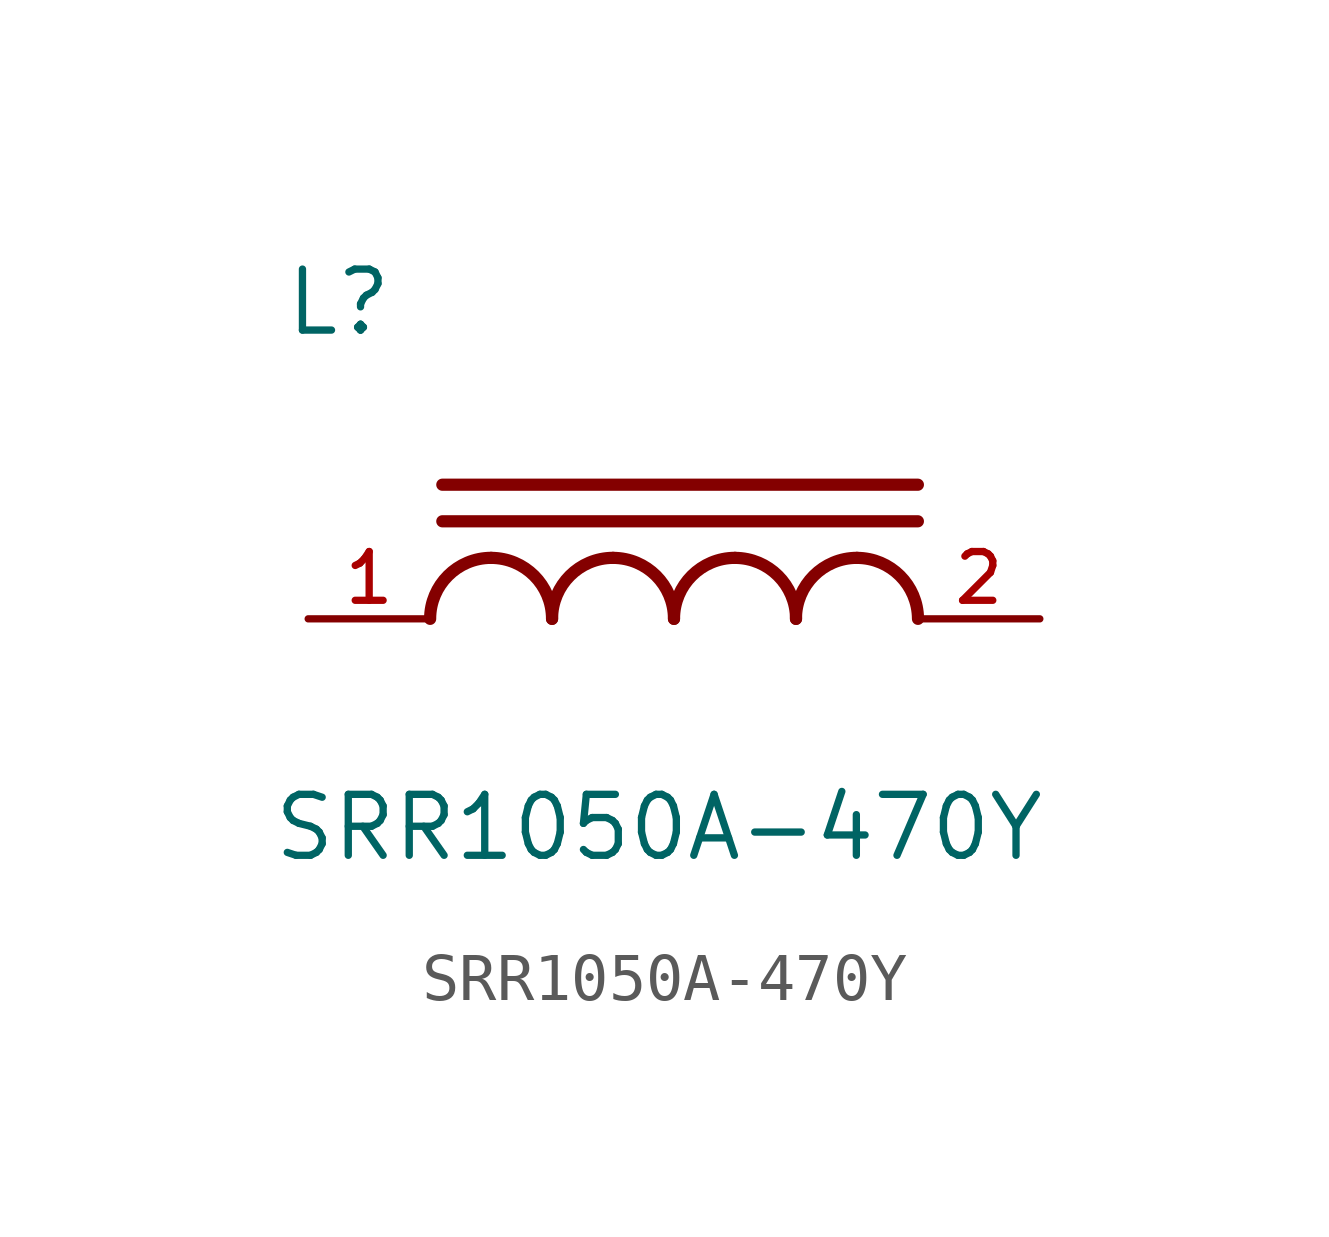
<source format=kicad_sym>
(kicad_symbol_lib
  (version 20211014)
  (generator kicad_symbol_editor)
  (symbol "SRR1050A-470Y"
    (pin_names
      (offset 1.016))
    (property "Reference" "L"
      (at -8.142 5.852 0)
      (effects (font (size 1.27 1.27)) (justify bottom left)))
    (property "Value" "SRR1050A-470Y"
      (at -8.397 -5.089 0)
      (effects (font (size 1.27 1.27)) (justify bottom left)))
    (symbol "SRR1050A-470Y_0_0"
      (arc (start -3.81 1.27) (mid -4.708 0.898) (end -5.08 0.0) (stroke (width 0.254) (type default) (color 0 0 0 0)) (fill (type none)))
      (arc (start -3.81 1.27) (mid -2.912 0.898) (end -2.54 0.0) (stroke (width 0.254) (type default) (color 0 0 0 0)) (fill (type none)))
      (arc (start -1.27 1.27) (mid -2.168 0.898) (end -2.54 0.0) (stroke (width 0.254) (type default) (color 0 0 0 0)) (fill (type none)))
      (arc (start -1.27 1.27) (mid -0.372 0.898) (end 0.0 0.0) (stroke (width 0.254) (type default) (color 0 0 0 0)) (fill (type none)))
      (arc (start 1.27 1.27) (mid 0.372 0.898) (end 0.0 0.0) (stroke (width 0.254) (type default) (color 0 0 0 0)) (fill (type none)))
      (arc (start 1.27 1.27) (mid 2.168 0.898) (end 2.54 0.0) (stroke (width 0.254) (type default) (color 0 0 0 0)) (fill (type none)))
      (arc (start 3.81 1.27) (mid 2.912 0.898) (end 2.54 0.0) (stroke (width 0.254) (type default) (color 0 0 0 0)) (fill (type none)))
      (arc (start 3.81 1.27) (mid 4.708 0.898) (end 5.08 0.0) (stroke (width 0.254) (type default) (color 0 0 0 0)) (fill (type none)))
      (polyline (pts (xy -4.826 2.032) (xy 5.08 2.032)) (stroke (width 0.254)))
      (polyline (pts (xy -4.826 2.794) (xy 5.08 2.794)) (stroke (width 0.254)))
      (pin passive line (at 7.62 0.0 180.0) (length 2.54) (name "~" (effects (font (size 1.016 1.016)))) (number "2" (effects (font (size 1.016 1.016)))))
      (pin passive line (at -7.62 0.0 0) (length 2.54) (name "~" (effects (font (size 1.016 1.016)))) (number "1" (effects (font (size 1.016 1.016))))))))
</source>
